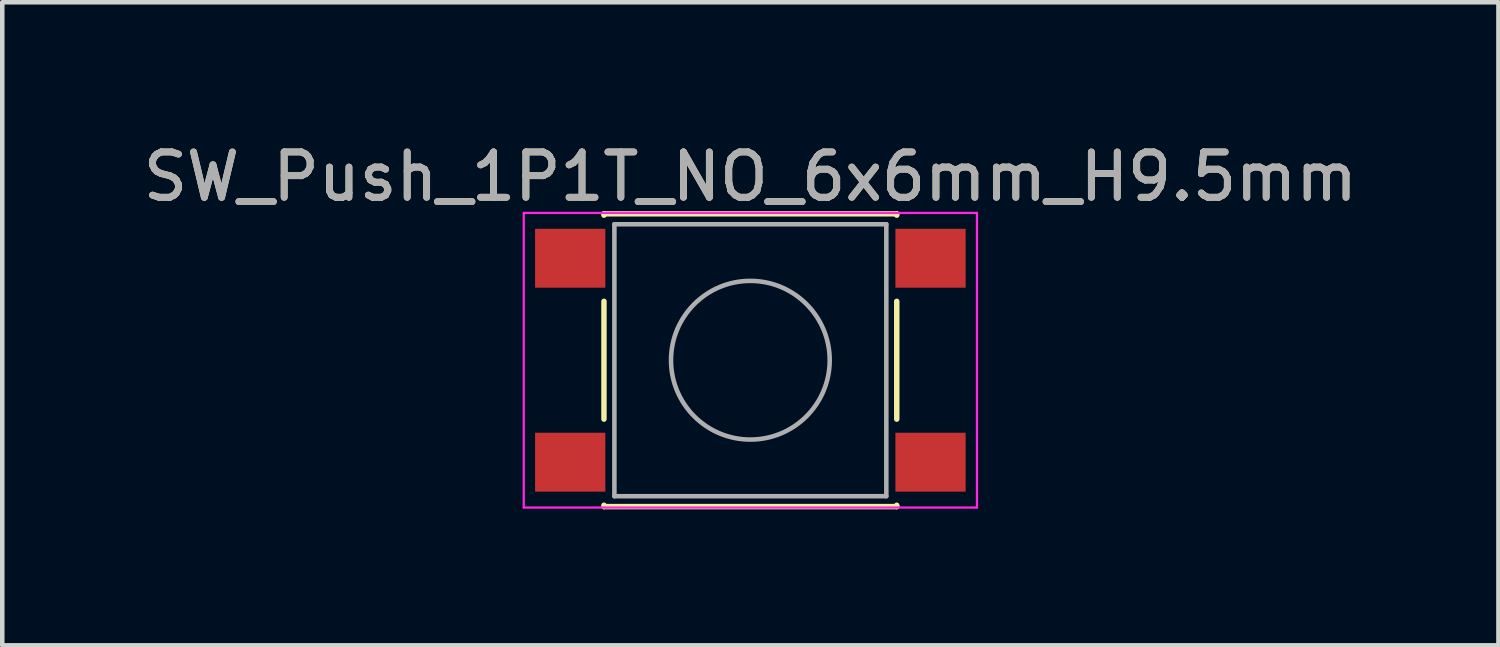
<source format=kicad_pcb>
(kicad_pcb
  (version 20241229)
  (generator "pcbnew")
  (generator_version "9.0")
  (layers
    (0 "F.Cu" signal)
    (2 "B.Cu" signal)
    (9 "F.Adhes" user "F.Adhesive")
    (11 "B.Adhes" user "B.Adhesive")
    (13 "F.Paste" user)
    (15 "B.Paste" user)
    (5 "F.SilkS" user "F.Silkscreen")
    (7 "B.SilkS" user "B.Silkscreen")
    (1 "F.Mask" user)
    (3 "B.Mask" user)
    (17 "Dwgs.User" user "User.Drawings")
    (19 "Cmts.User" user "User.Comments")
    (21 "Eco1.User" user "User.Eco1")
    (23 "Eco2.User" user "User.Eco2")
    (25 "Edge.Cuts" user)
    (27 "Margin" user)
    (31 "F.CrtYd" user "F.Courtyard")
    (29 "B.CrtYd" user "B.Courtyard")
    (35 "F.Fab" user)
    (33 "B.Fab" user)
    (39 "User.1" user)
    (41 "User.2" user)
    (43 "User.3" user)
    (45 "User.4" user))
  (footprint "SW_Push_1P1T_NO_6x6mm_H9.5mm"
    (layer "F.Cu")
    (at 13.506 4.898)
    (property "Reference" "SW_Push_1P1T_NO_6x6mm_H9.5mm" (at 0 -4.05 0) (layer "F.SilkS") (effects (font (size 1 1) (thickness 0.15))))
    (attr smd)
    (fp_line (start -3.23 -3.23) (end 3.23 -3.23) (stroke (width 0.12) (type solid)) (layer "F.SilkS"))
    (fp_line (start -3.23 -3.2) (end -3.23 -3.23) (stroke (width 0.12) (type solid)) (layer "F.SilkS"))
    (fp_line (start -3.23 -1.3) (end -3.23 1.3) (stroke (width 0.12) (type solid)) (layer "F.SilkS"))
    (fp_line (start -3.23 3.23) (end -3.23 3.2) (stroke (width 0.12) (type solid)) (layer "F.SilkS"))
    (fp_line (start -3.23 3.23) (end 3.23 3.23) (stroke (width 0.12) (type solid)) (layer "F.SilkS"))
    (fp_line (start 3.23 -3.23) (end 3.23 -3.2) (stroke (width 0.12) (type solid)) (layer "F.SilkS"))
    (fp_line (start 3.23 -1.3) (end 3.23 1.3) (stroke (width 0.12) (type solid)) (layer "F.SilkS"))
    (fp_line (start 3.23 3.23) (end 3.23 3.2) (stroke (width 0.12) (type solid)) (layer "F.SilkS"))
    (fp_line (start -5 -3.25) (end -5 3.25) (stroke (width 0.05) (type solid)) (layer "F.CrtYd"))
    (fp_line (start -5 -3.25) (end 5 -3.25) (stroke (width 0.05) (type solid)) (layer "F.CrtYd"))
    (fp_line (start -5 3.25) (end 5 3.25) (stroke (width 0.05) (type solid)) (layer "F.CrtYd"))
    (fp_line (start 5 3.25) (end 5 -3.25) (stroke (width 0.05) (type solid)) (layer "F.CrtYd"))
    (fp_line (start -3 -3) (end -3 3) (stroke (width 0.1) (type solid)) (layer "F.Fab"))
    (fp_line (start -3 3) (end 3 3) (stroke (width 0.1) (type solid)) (layer "F.Fab"))
    (fp_line (start 3 -3) (end -3 -3) (stroke (width 0.1) (type solid)) (layer "F.Fab"))
    (fp_line (start 3 3) (end 3 -3) (stroke (width 0.1) (type solid)) (layer "F.Fab"))
    (fp_circle (center 0 0) (end 1.75 -0.05) (stroke (width 0.1) (type solid)) (fill no) (layer "F.Fab"))
    (fp_text user "${REFERENCE}" (at 0 -4.05 0) (layer "F.Fab") (effects (font (size 1 1) (thickness 0.15))))
    (pad "1" smd rect (at -3.975 -2.25) (size 1.55 1.3) (layers "F.Cu" "F.Mask" "F.Paste"))
    (pad "1" smd rect (at 3.975 -2.25) (size 1.55 1.3) (layers "F.Cu" "F.Mask" "F.Paste"))
    (pad "2" smd rect (at -3.975 2.25) (size 1.55 1.3) (layers "F.Cu" "F.Mask" "F.Paste"))
    (pad "2" smd rect (at 3.975 2.25) (size 1.55 1.3) (layers "F.Cu" "F.Mask" "F.Paste")))
  (gr_rect
    (start -3 -3)
    (end 30.012 11.188)
    (stroke (width 0.1) (type default))
    (fill no)
    (layer "Edge.Cuts")))
</source>
